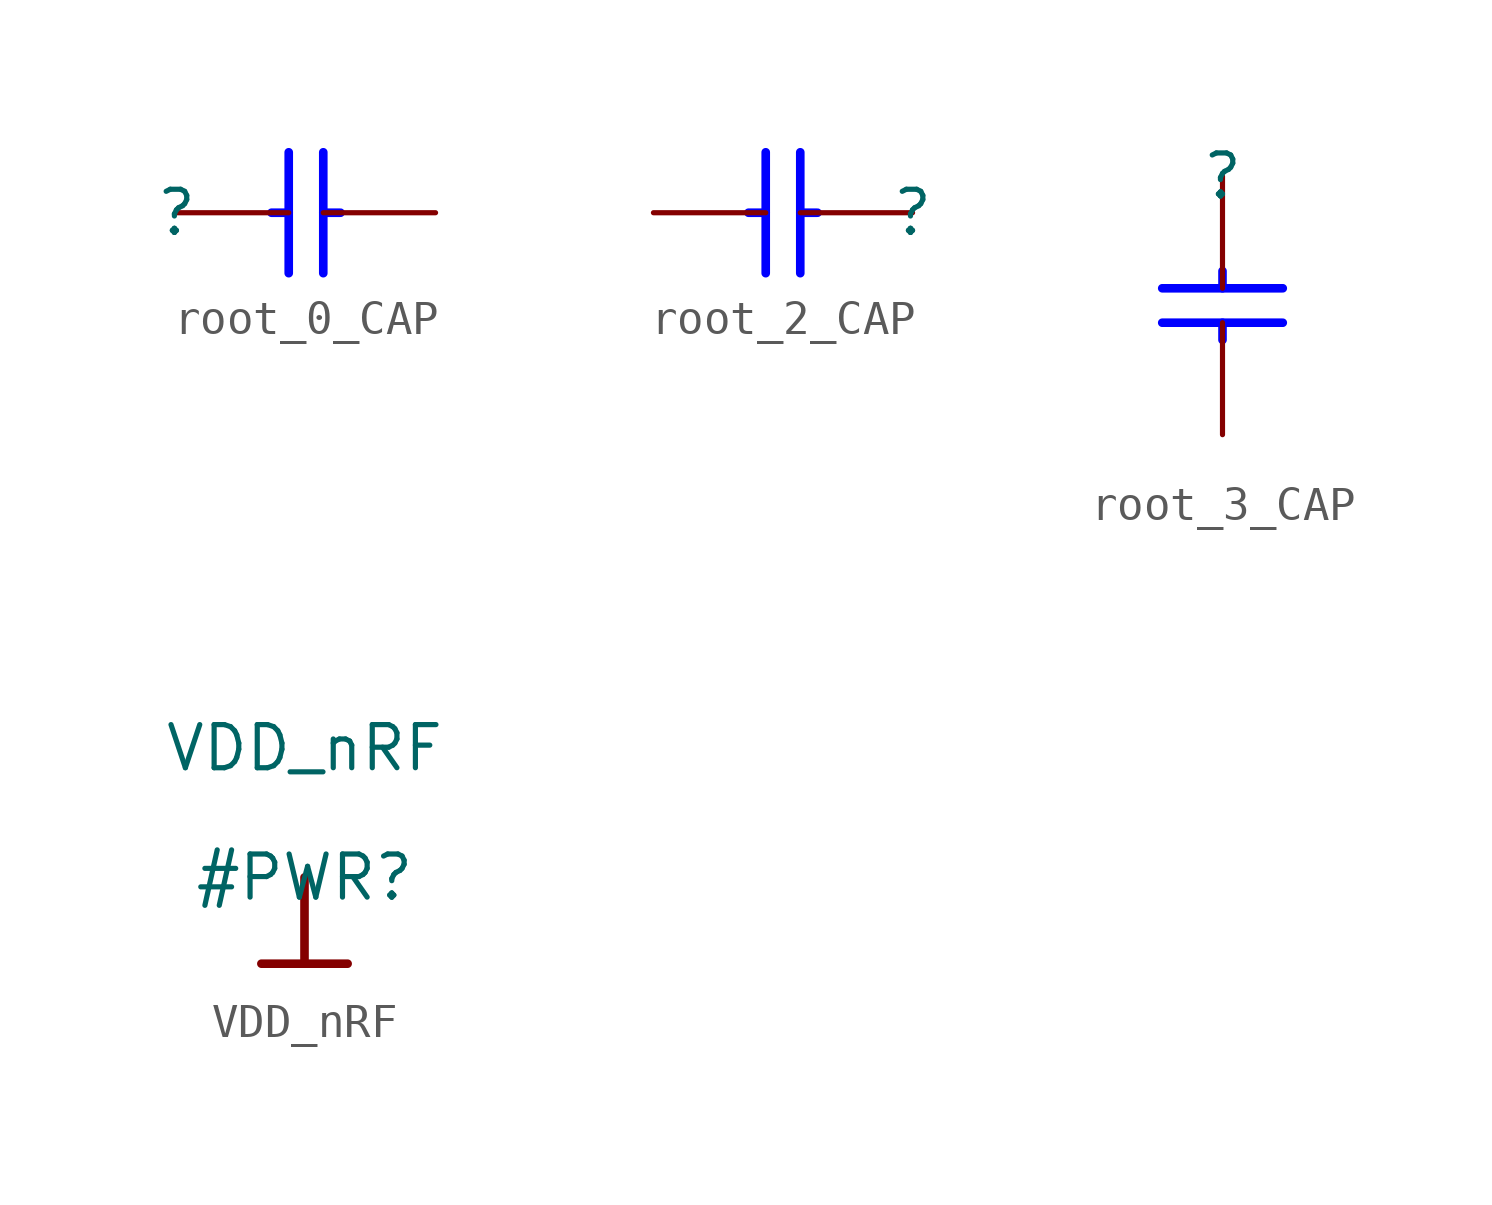
<source format=kicad_sym>
(kicad_symbol_lib
  (version 20220914)
  (generator kicad_symbol_editor)
  (symbol "root_0_CAP"
    (property "Reference" ""
      (at 0 0 0)
      (effects (font (size 1.27 1.27))))
    (property "Value" ""
      (at 0 0 0)
      (effects (font (size 1.27 1.27))))
    (symbol "root_0_CAP_1_0"
      (polyline (pts (xy 3.302 -1.778) (xy 3.302 1.778)) (stroke (width 0.254) (type solid) (color 0 0 255 1)) (fill (type none)))
      (polyline (pts (xy 3.302 0) (xy 2.794 0)) (stroke (width 0.254) (type solid) (color 0 0 255 1)) (fill (type none)))
      (polyline (pts (xy 4.318 -1.778) (xy 4.318 1.778)) (stroke (width 0.254) (type solid) (color 0 0 255 1)) (fill (type none)))
      (polyline (pts (xy 4.318 0) (xy 4.826 0)) (stroke (width 0.254) (type solid) (color 0 0 255 1)) (fill (type none)))
      (pin passive line (at 0 0 0) (length 3.302) (name "1" (effects (font (size 0 0)))) (number "1" (effects (font (size 0 0)))))
      (pin passive line (at 7.62 0 180) (length 3.302) (name "2" (effects (font (size 0 0)))) (number "2" (effects (font (size 0 0)))))))
  (symbol "root_2_CAP"
    (property "Reference" ""
      (at 0 0 0)
      (effects (font (size 1.27 1.27))))
    (property "Value" ""
      (at 0 0 0)
      (effects (font (size 1.27 1.27))))
    (symbol "root_2_CAP_1_0"
      (polyline (pts (xy -4.318 0) (xy -4.826 0)) (stroke (width 0.254) (type solid) (color 0 0 255 1)) (fill (type none)))
      (polyline (pts (xy -4.318 1.778) (xy -4.318 -1.778)) (stroke (width 0.254) (type solid) (color 0 0 255 1)) (fill (type none)))
      (polyline (pts (xy -3.302 0) (xy -2.794 0)) (stroke (width 0.254) (type solid) (color 0 0 255 1)) (fill (type none)))
      (polyline (pts (xy -3.302 1.778) (xy -3.302 -1.778)) (stroke (width 0.254) (type solid) (color 0 0 255 1)) (fill (type none)))
      (pin passive line (at 0 0 180) (length 3.302) (name "1" (effects (font (size 0 0)))) (number "1" (effects (font (size 0 0)))))
      (pin passive line (at -7.62 0 0) (length 3.302) (name "2" (effects (font (size 0 0)))) (number "2" (effects (font (size 0 0)))))))
  (symbol "root_3_CAP"
    (property "Reference" ""
      (at 0 0 0)
      (effects (font (size 1.27 1.27))))
    (property "Value" ""
      (at 0 0 0)
      (effects (font (size 1.27 1.27))))
    (symbol "root_3_CAP_1_0"
      (polyline (pts (xy -1.778 -4.318) (xy 1.778 -4.318)) (stroke (width 0.254) (type solid) (color 0 0 255 1)) (fill (type none)))
      (polyline (pts (xy -1.778 -3.302) (xy 1.778 -3.302)) (stroke (width 0.254) (type solid) (color 0 0 255 1)) (fill (type none)))
      (polyline (pts (xy 0 -4.318) (xy 0 -4.826)) (stroke (width 0.254) (type solid) (color 0 0 255 1)) (fill (type none)))
      (polyline (pts (xy 0 -3.302) (xy 0 -2.794)) (stroke (width 0.254) (type solid) (color 0 0 255 1)) (fill (type none)))
      (pin passive line (at 0 0 270) (length 3.302) (name "1" (effects (font (size 0 0)))) (number "1" (effects (font (size 0 0)))))
      (pin passive line (at 0 -7.62 90) (length 3.302) (name "2" (effects (font (size 0 0)))) (number "2" (effects (font (size 0 0)))))))
  (symbol "VDD_nRF"
    (power)
    (property "Reference" "#PWR"
      (at 0 0 0)
      (effects (font (size 1.27 1.27))))
    (property "Value" "VDD_nRF"
      (at 0 3.81 0)
      (effects (font (size 1.27 1.27))))
    (symbol "VDD_nRF_0_0"
      (polyline (pts (xy -1.27 -2.54) (xy 1.27 -2.54)) (stroke (width 0.254) (type solid)) (fill (type none)))
      (polyline (pts (xy 0 0) (xy 0 -2.54)) (stroke (width 0.254) (type solid)) (fill (type none)))
      (pin power_in line (at 0 0 0) (length 0) hide (name "VDD_nRF" (effects (font (size 1.27 1.27)))) (number "" (effects (font (size 1.27 1.27))))))))
</source>
